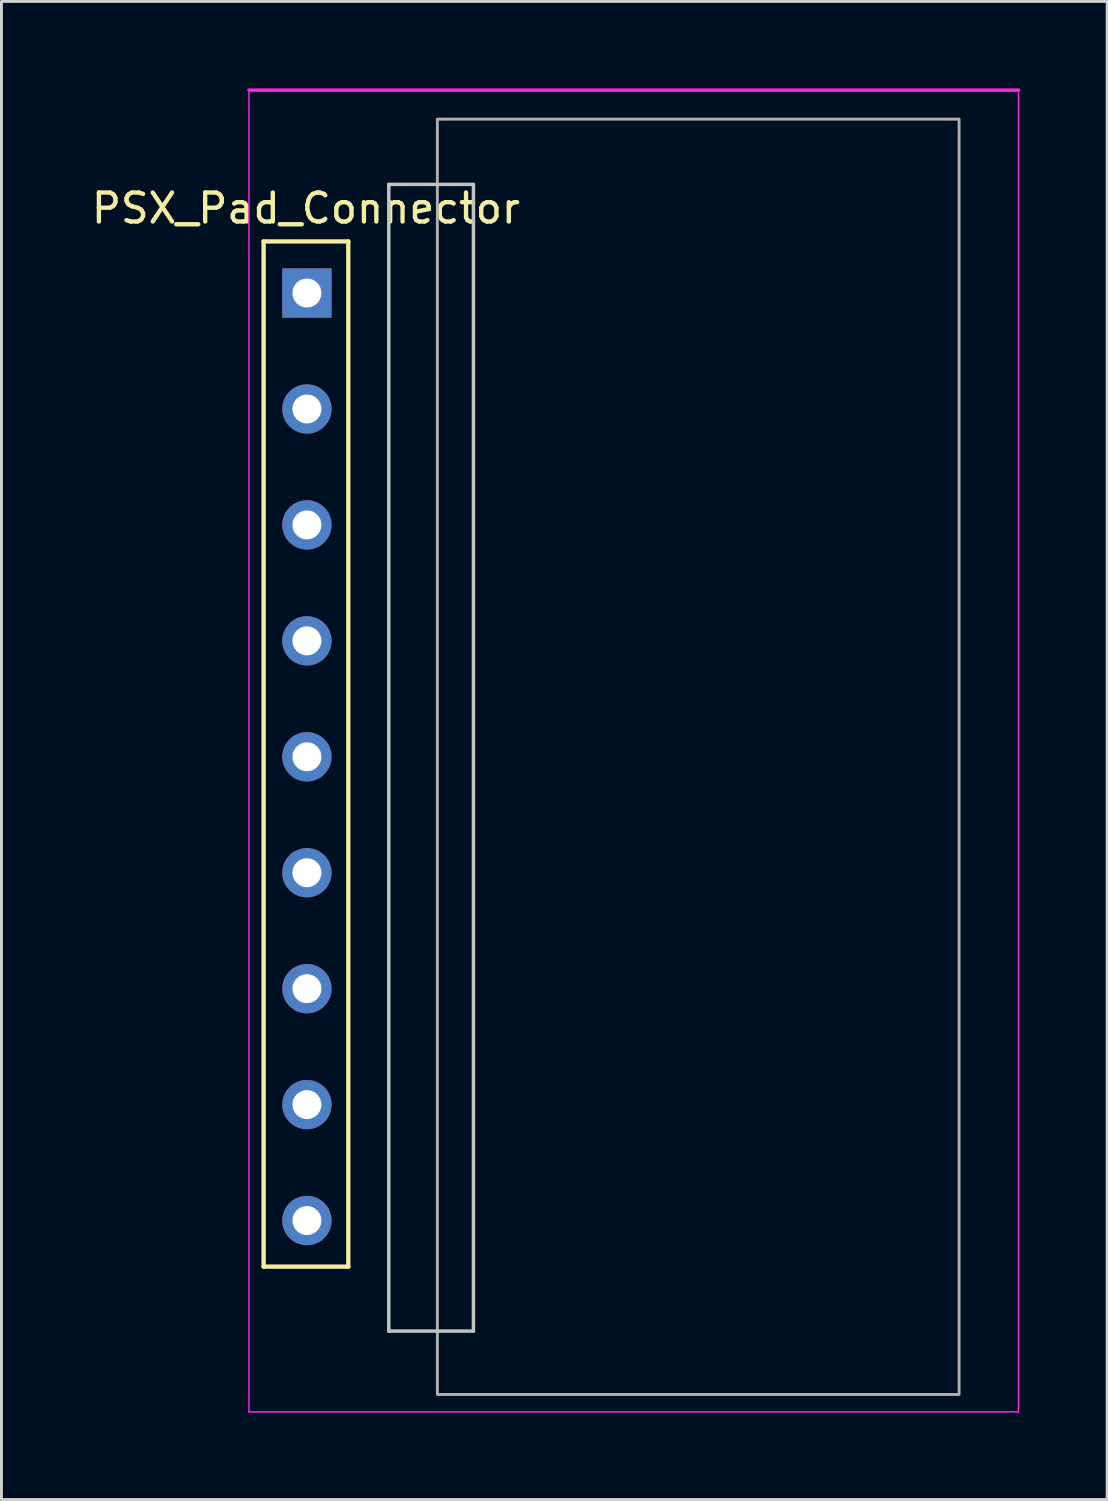
<source format=kicad_pcb>
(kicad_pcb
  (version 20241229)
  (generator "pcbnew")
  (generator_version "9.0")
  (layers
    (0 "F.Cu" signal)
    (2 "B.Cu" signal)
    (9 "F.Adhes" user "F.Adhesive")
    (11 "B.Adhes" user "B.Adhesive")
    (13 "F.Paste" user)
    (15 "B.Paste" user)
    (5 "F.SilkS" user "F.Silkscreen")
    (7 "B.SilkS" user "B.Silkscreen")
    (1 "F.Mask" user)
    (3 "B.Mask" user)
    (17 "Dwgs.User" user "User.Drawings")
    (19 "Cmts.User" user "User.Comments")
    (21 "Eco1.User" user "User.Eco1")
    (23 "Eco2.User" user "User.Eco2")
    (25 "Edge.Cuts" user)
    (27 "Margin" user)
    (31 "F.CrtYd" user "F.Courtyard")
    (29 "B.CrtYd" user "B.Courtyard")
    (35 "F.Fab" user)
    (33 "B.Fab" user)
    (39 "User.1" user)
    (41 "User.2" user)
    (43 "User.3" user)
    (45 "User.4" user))
  (footprint "PSX_Pad_Connector"
    (layer "F.Cu")
    (at 21.539 23.06)
    (property "Reference" "PSX_Pad_Connector" (at -14.034 -18.923 180) (layer "F.SilkS") (effects (font (size 1 1) (thickness 0.15))))
    (attr through_hole)
    (fp_line (start -15.494 -17.78) (end -12.573 -17.78) (stroke (width 0.15) (type solid)) (layer "F.SilkS"))
    (fp_line (start -15.494 17.59) (end -15.494 -17.78) (stroke (width 0.15) (type solid)) (layer "F.SilkS"))
    (fp_line (start -12.573 -17.78) (end -12.573 17.59) (stroke (width 0.15) (type solid)) (layer "F.SilkS"))
    (fp_line (start -12.573 17.59) (end -15.494 17.59) (stroke (width 0.15) (type solid)) (layer "F.SilkS"))
    (fp_line (start -11.176 -19.748) (end -11.176 19.812) (stroke (width 0.12) (type solid)) (layer "Dwgs.User"))
    (fp_line (start -11.176 19.812) (end -8.255 19.812) (stroke (width 0.12) (type solid)) (layer "Dwgs.User"))
    (fp_line (start -8.255 -19.748) (end -11.176 -19.748) (stroke (width 0.12) (type solid)) (layer "Dwgs.User"))
    (fp_line (start -8.255 -19.748) (end -8.255 19.812) (stroke (width 0.12) (type solid)) (layer "Dwgs.User"))
    (fp_line (start -16 -23) (end -16 22.6) (stroke (width 0.05) (type solid)) (layer "F.CrtYd"))
    (fp_line (start -16 22.6) (end 10.55 22.6) (stroke (width 0.05) (type solid)) (layer "F.CrtYd"))
    (fp_line (start 10.55 -23) (end -16 -23) (stroke (width 0.12) (type solid)) (layer "F.CrtYd"))
    (fp_line (start 10.55 22.6) (end 10.55 -23) (stroke (width 0.05) (type solid)) (layer "F.CrtYd"))
    (fp_poly (pts (xy -9.5 -22) (xy 8.5 -22) (xy 8.5 22) (xy -9.5 22)) (stroke (width 0.1) (type solid)) (fill no) (layer "F.Fab"))
    (pad "1" thru_hole rect (at -14 -16) (size 1.7 1.7) (drill 1) (layers "*.Cu" "*.Mask"))
    (pad "2" thru_hole oval (at -14 -12) (size 1.7 1.7) (drill 1) (layers "*.Cu" "*.Mask"))
    (pad "3" thru_hole oval (at -14 -8) (size 1.7 1.7) (drill 1) (layers "*.Cu" "*.Mask"))
    (pad "4" thru_hole oval (at -14 -4) (size 1.7 1.7) (drill 1) (layers "*.Cu" "*.Mask"))
    (pad "5" thru_hole oval (at -14 0) (size 1.7 1.7) (drill 1) (layers "*.Cu" "*.Mask"))
    (pad "6" thru_hole oval (at -14 4) (size 1.7 1.7) (drill 1) (layers "*.Cu" "*.Mask"))
    (pad "7" thru_hole oval (at -14 8) (size 1.7 1.7) (drill 1) (layers "*.Cu" "*.Mask"))
    (pad "8" thru_hole oval (at -14 12) (size 1.7 1.7) (drill 1) (layers "*.Cu" "*.Mask"))
    (pad "9" thru_hole oval (at -14 16) (size 1.7 1.7) (drill 1) (layers "*.Cu" "*.Mask")))
  (gr_rect
    (start -3 -3)
    (end 35.149 48.685)
    (stroke (width 0.1) (type default))
    (fill no)
    (layer "Edge.Cuts")))
</source>
